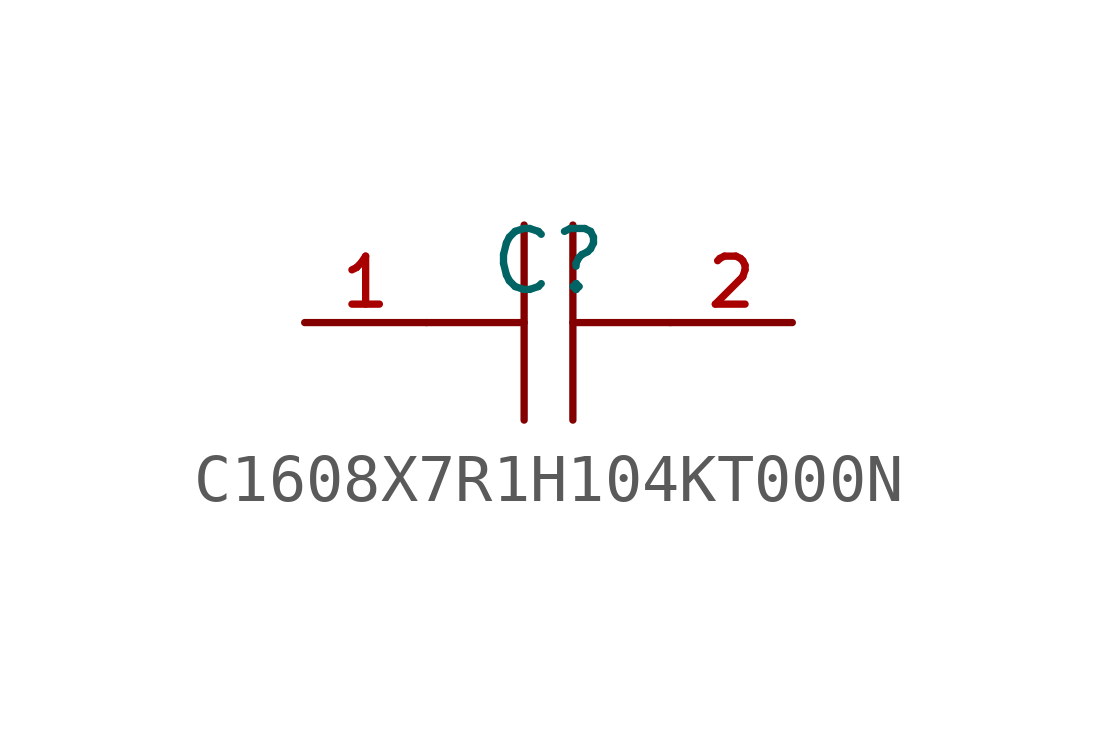
<source format=kicad_sym>
(kicad_symbol_lib
  (version 20210201)
  (generator TousstNicolas/JLC2KiCad_lib)
  (symbol "C1608X7R1H104KT000N"
    (pin_names hide)
    (property "Reference" "C"
      (at 0 1.27 0)
      (effects (font (size 1.27 1.27))))
    (symbol "C1608X7R1H104KT000N_0_1"
      (polyline (pts (xy -0.508 -2.032) (xy -0.508 2.032)) (stroke (width 0) (type default) (color 0 0 0 0)) (fill (type none)))
      (pin unspecified line (at -5.08 -0.0 0) (length 2.54) (name "1" (effects (font (size 1 1)))) (number "1" (effects (font (size 1 1)))))
      (polyline (pts (xy 2.54 -0.0) (xy 0.508 -0.0)) (stroke (width 0) (type default) (color 0 0 0 0)) (fill (type none)))
      (polyline (pts (xy 0.508 2.032) (xy 0.508 -2.032)) (stroke (width 0) (type default) (color 0 0 0 0)) (fill (type none)))
      (pin unspecified line (at 5.08 -0.0 180) (length 2.54) (name "2" (effects (font (size 1 1)))) (number "2" (effects (font (size 1 1)))))
      (polyline (pts (xy -0.508 -0.0) (xy -2.54 -0.0)) (stroke (width 0) (type default) (color 0 0 0 0)) (fill (type none))))))
</source>
